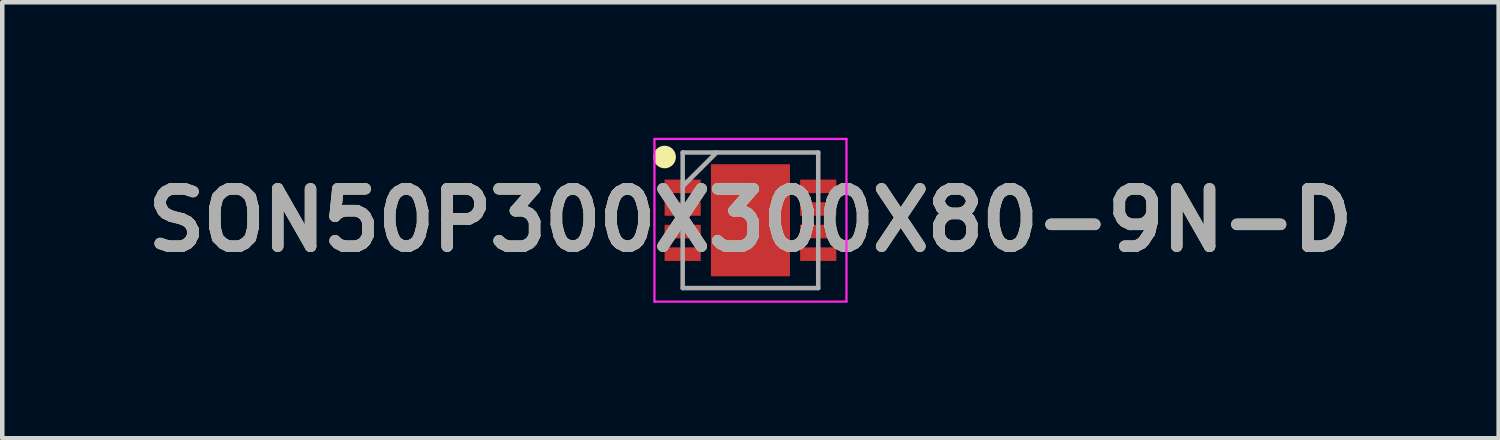
<source format=kicad_pcb>
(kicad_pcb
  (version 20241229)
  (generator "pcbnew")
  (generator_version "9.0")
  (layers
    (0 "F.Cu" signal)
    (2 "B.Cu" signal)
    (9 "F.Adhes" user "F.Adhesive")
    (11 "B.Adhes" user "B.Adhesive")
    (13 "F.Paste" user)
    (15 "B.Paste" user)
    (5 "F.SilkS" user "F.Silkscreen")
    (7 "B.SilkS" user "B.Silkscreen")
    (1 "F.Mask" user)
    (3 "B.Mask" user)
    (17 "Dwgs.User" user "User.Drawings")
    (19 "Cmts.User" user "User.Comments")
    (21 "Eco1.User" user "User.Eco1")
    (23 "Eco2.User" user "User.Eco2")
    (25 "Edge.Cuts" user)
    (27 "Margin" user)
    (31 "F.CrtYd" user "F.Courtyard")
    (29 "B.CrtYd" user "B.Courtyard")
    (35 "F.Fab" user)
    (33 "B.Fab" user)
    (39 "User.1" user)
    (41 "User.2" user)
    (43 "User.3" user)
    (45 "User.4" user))
  (footprint "SON50P300X300X80-9N-D"
    (layer "F.Cu")
    (at 13.559 1.825)
    (property "Reference" "SON50P300X300X80-9N-D" (at 0 0 0) (layer "F.SilkS") (effects (font (size 1.27 1.27) (thickness 0.254))))
    (attr smd)
    (fp_circle (center -1.9 -1.4) (end -1.9 -1.275) (stroke (width 0.25) (type solid)) (fill no) (layer "F.SilkS"))
    (fp_line (start -2.125 -1.8) (end 2.125 -1.8) (stroke (width 0.05) (type solid)) (layer "F.CrtYd"))
    (fp_line (start -2.125 1.8) (end -2.125 -1.8) (stroke (width 0.05) (type solid)) (layer "F.CrtYd"))
    (fp_line (start 2.125 -1.8) (end 2.125 1.8) (stroke (width 0.05) (type solid)) (layer "F.CrtYd"))
    (fp_line (start 2.125 1.8) (end -2.125 1.8) (stroke (width 0.05) (type solid)) (layer "F.CrtYd"))
    (fp_line (start -1.5 -1.5) (end 1.5 -1.5) (stroke (width 0.1) (type solid)) (layer "F.Fab"))
    (fp_line (start -1.5 -0.75) (end -0.75 -1.5) (stroke (width 0.1) (type solid)) (layer "F.Fab"))
    (fp_line (start -1.5 1.5) (end -1.5 -1.5) (stroke (width 0.1) (type solid)) (layer "F.Fab"))
    (fp_line (start 1.5 -1.5) (end 1.5 1.5) (stroke (width 0.1) (type solid)) (layer "F.Fab"))
    (fp_line (start 1.5 1.5) (end -1.5 1.5) (stroke (width 0.1) (type solid)) (layer "F.Fab"))
    (fp_text user "${REFERENCE}" (at 0 0 0) (layer "F.Fab") (effects (font (size 1.27 1.27) (thickness 0.254))))
    (pad "1" smd rect (at -1.5 -0.75 90) (size 0.3 0.8) (layers "F.Cu" "F.Mask" "F.Paste"))
    (pad "2" smd rect (at -1.5 -0.25 90) (size 0.3 0.8) (layers "F.Cu" "F.Mask" "F.Paste"))
    (pad "3" smd rect (at -1.5 0.25 90) (size 0.3 0.8) (layers "F.Cu" "F.Mask" "F.Paste"))
    (pad "4" smd rect (at -1.5 0.75 90) (size 0.3 0.8) (layers "F.Cu" "F.Mask" "F.Paste"))
    (pad "5" smd rect (at 1.5 0.75 90) (size 0.3 0.8) (layers "F.Cu" "F.Mask" "F.Paste"))
    (pad "6" smd rect (at 1.5 0.25 90) (size 0.3 0.8) (layers "F.Cu" "F.Mask" "F.Paste"))
    (pad "7" smd rect (at 1.5 -0.25 90) (size 0.3 0.8) (layers "F.Cu" "F.Mask" "F.Paste"))
    (pad "8" smd rect (at 1.5 -0.75 90) (size 0.3 0.8) (layers "F.Cu" "F.Mask" "F.Paste"))
    (pad "9" smd rect (at 0 0) (size 1.75 2.48) (layers "F.Cu" "F.Mask" "F.Paste")))
  (gr_rect
    (start -3 -3)
    (end 30.118 6.65)
    (stroke (width 0.1) (type default))
    (fill no)
    (layer "Edge.Cuts")))
</source>
